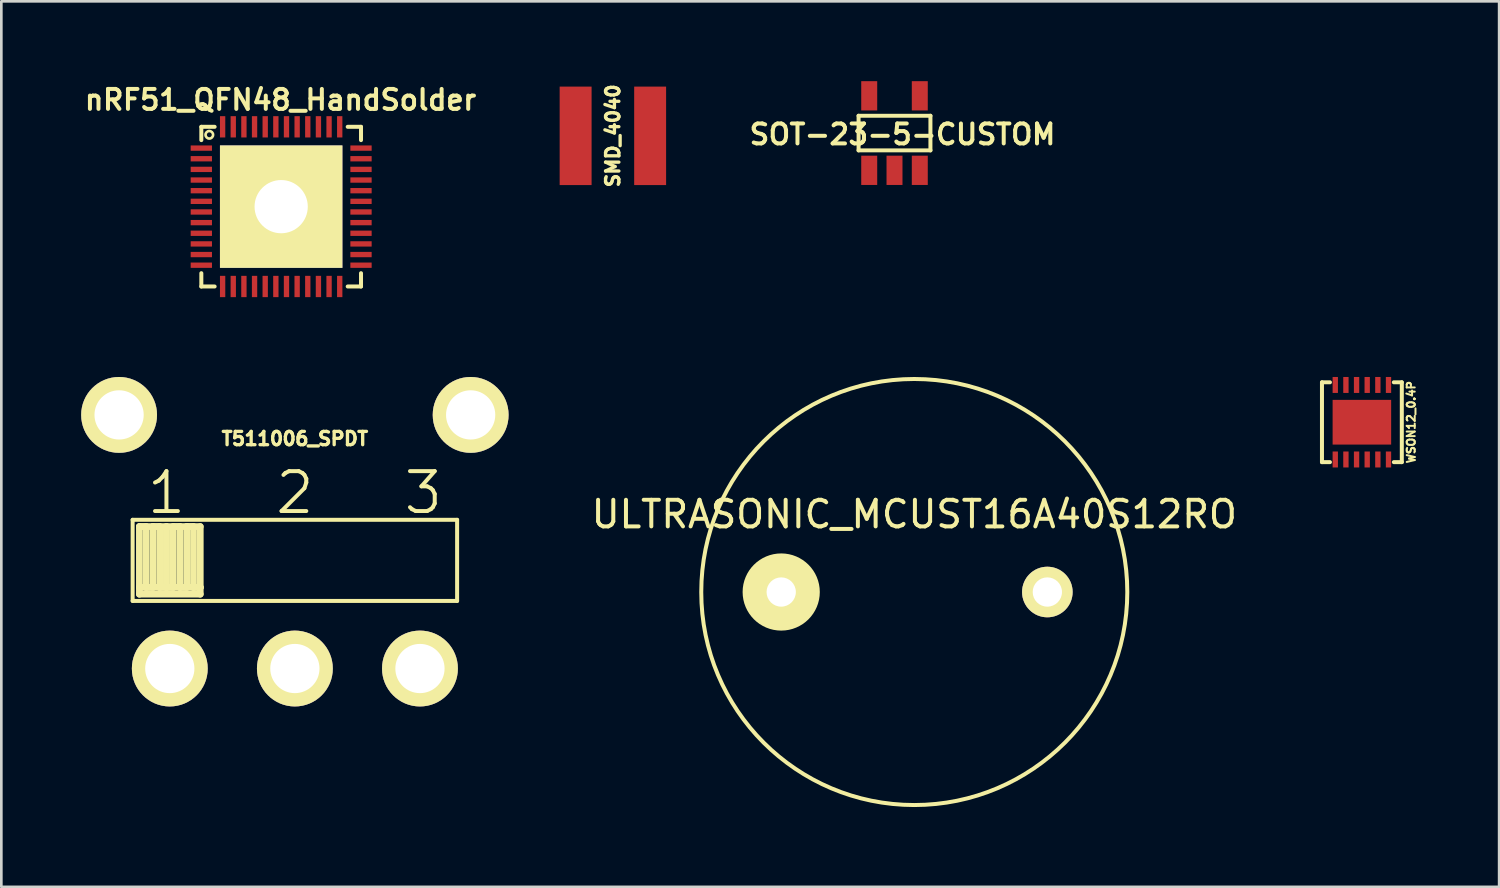
<source format=kicad_pcb>
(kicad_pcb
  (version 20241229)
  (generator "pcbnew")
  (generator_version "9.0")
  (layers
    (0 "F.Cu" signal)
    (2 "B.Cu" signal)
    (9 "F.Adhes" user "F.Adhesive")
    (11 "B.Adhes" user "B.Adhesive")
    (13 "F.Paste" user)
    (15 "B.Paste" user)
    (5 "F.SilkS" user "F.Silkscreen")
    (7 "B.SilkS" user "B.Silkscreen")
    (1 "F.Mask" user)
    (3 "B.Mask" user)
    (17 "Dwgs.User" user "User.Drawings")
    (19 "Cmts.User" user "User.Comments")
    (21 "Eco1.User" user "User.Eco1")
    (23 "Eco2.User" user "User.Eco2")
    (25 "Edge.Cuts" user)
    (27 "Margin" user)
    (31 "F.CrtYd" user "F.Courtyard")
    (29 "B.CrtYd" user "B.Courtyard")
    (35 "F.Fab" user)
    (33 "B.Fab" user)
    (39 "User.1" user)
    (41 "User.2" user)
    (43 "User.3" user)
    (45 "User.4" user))
  (footprint "SMD_4040"
    (layer "F.Cu")
    (at 19.979 2.054)
    (property "Reference" "SMD_4040" (at 0 0 90) (layer "F.SilkS") (effects (font (size 0.5 0.5) (thickness 0.125))))
    (attr through_hole)
    (pad "1" smd rect (at -1.4 0) (size 1.2 3.7) (layers "F.Cu" "F.Mask" "F.Paste"))
    (pad "2" smd rect (at 1.4 0) (size 1.2 3.7) (layers "F.Cu" "F.Mask" "F.Paste")))
  (footprint "nRF51_QFN48_HandSolder"
    (layer "F.Cu")
    (at 7.515 4.715)
    (property "Reference" "nRF51_QFN48_HandSolder" (at -0.025 -4.013 0) (layer "F.SilkS") (effects (font (size 0.75 0.75) (thickness 0.15))))
    (attr through_hole)
    (fp_line (start -3 -3) (end -3 -2.5) (stroke (width 0.15) (type solid)) (layer "F.SilkS"))
    (fp_line (start -3 -3) (end -2.5 -3) (stroke (width 0.15) (type solid)) (layer "F.SilkS"))
    (fp_line (start -3 3) (end -3 2.5) (stroke (width 0.15) (type solid)) (layer "F.SilkS"))
    (fp_line (start -3 3) (end -2.5 3) (stroke (width 0.15) (type solid)) (layer "F.SilkS"))
    (fp_line (start 3 -3) (end 2.5 -3) (stroke (width 0.15) (type solid)) (layer "F.SilkS"))
    (fp_line (start 3 -3) (end 3 -2.5) (stroke (width 0.15) (type solid)) (layer "F.SilkS"))
    (fp_line (start 3 3) (end 2.5 3) (stroke (width 0.15) (type solid)) (layer "F.SilkS"))
    (fp_line (start 3 3) (end 3 2.5) (stroke (width 0.15) (type solid)) (layer "F.SilkS"))
    (fp_circle (center -2.7 -2.7) (end -2.6 -2.6) (stroke (width 0.1) (type solid)) (fill no) (layer "F.SilkS"))
    (pad "" thru_hole rect (at 0 0) (size 4.6 4.6) (drill 2) (layers "*.Cu" "*.Mask" "F.SilkS"))
    (pad "1" smd rect (at -3.2 -2.2 270) (size 0.2 0.8) (drill (offset 0 -0.2)) (layers "F.Cu" "F.Mask" "F.Paste"))
    (pad "2" smd rect (at -3.2 -1.8 270) (size 0.2 0.8) (drill (offset 0 -0.2)) (layers "F.Cu" "F.Mask" "F.Paste"))
    (pad "3" smd rect (at -3.2 -1.4 270) (size 0.2 0.8) (drill (offset 0 -0.2)) (layers "F.Cu" "F.Mask" "F.Paste"))
    (pad "4" smd rect (at -3.2 -1 270) (size 0.2 0.8) (drill (offset 0 -0.2)) (layers "F.Cu" "F.Mask" "F.Paste"))
    (pad "5" smd rect (at -3.2 -0.6 270) (size 0.2 0.8) (drill (offset 0 -0.2)) (layers "F.Cu" "F.Mask" "F.Paste"))
    (pad "6" smd rect (at -3.2 -0.2 270) (size 0.2 0.8) (drill (offset 0 -0.2)) (layers "F.Cu" "F.Mask" "F.Paste"))
    (pad "7" smd rect (at -3.2 0.2 270) (size 0.2 0.8) (drill (offset 0 -0.2)) (layers "F.Cu" "F.Mask" "F.Paste"))
    (pad "8" smd rect (at -3.2 0.6 270) (size 0.2 0.8) (drill (offset 0 -0.2)) (layers "F.Cu" "F.Mask" "F.Paste"))
    (pad "9" smd rect (at -3.2 1 270) (size 0.2 0.8) (drill (offset 0 -0.2)) (layers "F.Cu" "F.Mask" "F.Paste"))
    (pad "10" smd rect (at -3.2 1.4 270) (size 0.2 0.8) (drill (offset 0 -0.2)) (layers "F.Cu" "F.Mask" "F.Paste"))
    (pad "11" smd rect (at -3.2 1.8 270) (size 0.2 0.8) (drill (offset 0 -0.2)) (layers "F.Cu" "F.Mask" "F.Paste"))
    (pad "12" smd rect (at -3.2 2.2 270) (size 0.2 0.8) (drill (offset 0 -0.2)) (layers "F.Cu" "F.Mask" "F.Paste"))
    (pad "13" smd rect (at -2.2 3.2) (size 0.2 0.8) (drill (offset 0 -0.2)) (layers "F.Cu" "F.Mask" "F.Paste"))
    (pad "14" smd rect (at -1.8 3.2) (size 0.2 0.8) (drill (offset 0 -0.2)) (layers "F.Cu" "F.Mask" "F.Paste"))
    (pad "15" smd rect (at -1.4 3.2) (size 0.2 0.8) (drill (offset 0 -0.2)) (layers "F.Cu" "F.Mask" "F.Paste"))
    (pad "16" smd rect (at -1 3.2) (size 0.2 0.8) (drill (offset 0 -0.2)) (layers "F.Cu" "F.Mask" "F.Paste"))
    (pad "17" smd rect (at -0.6 3.2) (size 0.2 0.8) (drill (offset 0 -0.2)) (layers "F.Cu" "F.Mask" "F.Paste"))
    (pad "18" smd rect (at -0.2 3.2) (size 0.2 0.8) (drill (offset 0 -0.2)) (layers "F.Cu" "F.Mask" "F.Paste"))
    (pad "19" smd rect (at 0.2 3.2) (size 0.2 0.8) (drill (offset 0 -0.2)) (layers "F.Cu" "F.Mask" "F.Paste"))
    (pad "20" smd rect (at 0.6 3.2) (size 0.2 0.8) (drill (offset 0 -0.2)) (layers "F.Cu" "F.Mask" "F.Paste"))
    (pad "21" smd rect (at 1 3.2) (size 0.2 0.8) (drill (offset 0 -0.2)) (layers "F.Cu" "F.Mask" "F.Paste"))
    (pad "22" smd rect (at 1.4 3.2) (size 0.2 0.8) (drill (offset 0 -0.2)) (layers "F.Cu" "F.Mask" "F.Paste"))
    (pad "23" smd rect (at 1.8 3.2) (size 0.2 0.8) (drill (offset 0 -0.2)) (layers "F.Cu" "F.Mask" "F.Paste"))
    (pad "24" smd rect (at 2.2 3.2) (size 0.2 0.8) (drill (offset 0 -0.2)) (layers "F.Cu" "F.Mask" "F.Paste"))
    (pad "25" smd rect (at 3.2 2.2 90) (size 0.2 0.8) (drill (offset 0 -0.2)) (layers "F.Cu" "F.Mask" "F.Paste"))
    (pad "26" smd rect (at 3.2 1.8 90) (size 0.2 0.8) (drill (offset 0 -0.2)) (layers "F.Cu" "F.Mask" "F.Paste"))
    (pad "27" smd rect (at 3.2 1.4 90) (size 0.2 0.8) (drill (offset 0 -0.2)) (layers "F.Cu" "F.Mask" "F.Paste"))
    (pad "28" smd rect (at 3.2 1 90) (size 0.2 0.8) (drill (offset 0 -0.2)) (layers "F.Cu" "F.Mask" "F.Paste"))
    (pad "29" smd rect (at 3.2 0.6 90) (size 0.2 0.8) (drill (offset 0 -0.2)) (layers "F.Cu" "F.Mask" "F.Paste"))
    (pad "30" smd rect (at 3.2 0.2 90) (size 0.2 0.8) (drill (offset 0 -0.2)) (layers "F.Cu" "F.Mask" "F.Paste"))
    (pad "31" smd rect (at 3.2 -0.2 90) (size 0.2 0.8) (drill (offset 0 -0.2)) (layers "F.Cu" "F.Mask" "F.Paste"))
    (pad "32" smd rect (at 3.2 -0.6 90) (size 0.2 0.8) (drill (offset 0 -0.2)) (layers "F.Cu" "F.Mask" "F.Paste"))
    (pad "33" smd rect (at 3.2 -1 90) (size 0.2 0.8) (drill (offset 0 -0.2)) (layers "F.Cu" "F.Mask" "F.Paste"))
    (pad "34" smd rect (at 3.2 -1.4 90) (size 0.2 0.8) (drill (offset 0 -0.2)) (layers "F.Cu" "F.Mask" "F.Paste"))
    (pad "35" smd rect (at 3.2 -1.8 90) (size 0.2 0.8) (drill (offset 0 -0.2)) (layers "F.Cu" "F.Mask" "F.Paste"))
    (pad "36" smd rect (at 3.2 -2.2 90) (size 0.2 0.8) (drill (offset 0 -0.2)) (layers "F.Cu" "F.Mask" "F.Paste"))
    (pad "37" smd rect (at 2.2 -2.8) (size 0.2 0.8) (drill (offset 0 -0.2)) (layers "F.Cu" "F.Mask" "F.Paste"))
    (pad "38" smd rect (at 1.8 -2.8) (size 0.2 0.8) (drill (offset 0 -0.2)) (layers "F.Cu" "F.Mask" "F.Paste"))
    (pad "39" smd rect (at 1.4 -2.8) (size 0.2 0.8) (drill (offset 0 -0.2)) (layers "F.Cu" "F.Mask" "F.Paste"))
    (pad "40" smd rect (at 1 -2.8) (size 0.2 0.8) (drill (offset 0 -0.2)) (layers "F.Cu" "F.Mask" "F.Paste"))
    (pad "41" smd rect (at 0.6 -2.8) (size 0.2 0.8) (drill (offset 0 -0.2)) (layers "F.Cu" "F.Mask" "F.Paste"))
    (pad "42" smd rect (at 0.2 -2.8) (size 0.2 0.8) (drill (offset 0 -0.2)) (layers "F.Cu" "F.Mask" "F.Paste"))
    (pad "43" smd rect (at -0.2 -2.8) (size 0.2 0.8) (drill (offset 0 -0.2)) (layers "F.Cu" "F.Mask" "F.Paste"))
    (pad "44" smd rect (at -0.6 -2.8) (size 0.2 0.8) (drill (offset 0 -0.2)) (layers "F.Cu" "F.Mask" "F.Paste"))
    (pad "45" smd rect (at -1 -2.8) (size 0.2 0.8) (drill (offset 0 -0.2)) (layers "F.Cu" "F.Mask" "F.Paste"))
    (pad "46" smd rect (at -1.4 -2.8) (size 0.2 0.8) (drill (offset 0 -0.2)) (layers "F.Cu" "F.Mask" "F.Paste"))
    (pad "47" smd rect (at -1.8 -2.8) (size 0.2 0.8) (drill (offset 0 -0.2)) (layers "F.Cu" "F.Mask" "F.Paste"))
    (pad "48" smd rect (at -2.2 -2.8) (size 0.2 0.8) (drill (offset 0 -0.2)) (layers "F.Cu" "F.Mask" "F.Paste")))
  (footprint "SOT-23-5-CUSTOM"
    (layer "F.Cu")
    (at 30.561 3.35)
    (property "Reference" "SOT-23-5-CUSTOM" (at 0.3 -1.35 0) (layer "F.SilkS") (effects (font (size 0.75 0.75) (thickness 0.15))))
    (attr through_hole)
    (fp_line (start -1.35 -2.05) (end 1.35 -2.05) (stroke (width 0.15) (type solid)) (layer "F.SilkS"))
    (fp_line (start -1.35 -0.75) (end -1.35 -2.05) (stroke (width 0.15) (type solid)) (layer "F.SilkS"))
    (fp_line (start 1.35 -2.05) (end 1.35 -0.75) (stroke (width 0.15) (type solid)) (layer "F.SilkS"))
    (fp_line (start 1.35 -0.75) (end -1.35 -0.75) (stroke (width 0.15) (type solid)) (layer "F.SilkS"))
    (pad "1" smd rect (at -0.95 0) (size 0.6 1.1) (layers "F.Cu" "F.Mask" "F.Paste"))
    (pad "2" smd rect (at 0 0) (size 0.6 1.1) (layers "F.Cu" "F.Mask" "F.Paste"))
    (pad "3" smd rect (at 0.95 0) (size 0.6 1.1) (layers "F.Cu" "F.Mask" "F.Paste"))
    (pad "4" smd rect (at 0.95 -2.8) (size 0.6 1.1) (layers "F.Cu" "F.Mask" "F.Paste"))
    (pad "5" smd rect (at -0.95 -2.8) (size 0.6 1.1) (layers "F.Cu" "F.Mask" "F.Paste")))
  (footprint "T511006_SPDT"
    (layer "F.Cu")
    (at 8.03 22.07)
    (property "Reference" "T511006_SPDT" (at 0 -8.636 0) (layer "F.SilkS") (effects (font (size 0.5 0.5) (thickness 0.125))))
    (attr through_hole)
    (fp_line (start -6.096 -5.588) (end -6.096 -2.54) (stroke (width 0.15) (type solid)) (layer "F.SilkS"))
    (fp_line (start -6.096 -2.54) (end 6.096 -2.54) (stroke (width 0.15) (type solid)) (layer "F.SilkS"))
    (fp_line (start -5.842 -5.334) (end -5.842 -3.048) (stroke (width 0.254) (type solid)) (layer "F.SilkS"))
    (fp_line (start -5.842 -5.334) (end -5.334 -5.334) (stroke (width 0.254) (type solid)) (layer "F.SilkS"))
    (fp_line (start -5.842 -3.048) (end -5.588 -3.048) (stroke (width 0.254) (type solid)) (layer "F.SilkS"))
    (fp_line (start -5.842 -2.794) (end -5.842 -3.048) (stroke (width 0.254) (type solid)) (layer "F.SilkS"))
    (fp_line (start -5.588 -5.334) (end -5.842 -5.334) (stroke (width 0.254) (type solid)) (layer "F.SilkS"))
    (fp_line (start -5.588 -3.048) (end -5.588 -5.334) (stroke (width 0.254) (type solid)) (layer "F.SilkS"))
    (fp_line (start -5.588 -3.048) (end -5.08 -3.048) (stroke (width 0.254) (type solid)) (layer "F.SilkS"))
    (fp_line (start -5.334 -5.334) (end -5.334 -3.048) (stroke (width 0.254) (type solid)) (layer "F.SilkS"))
    (fp_line (start -5.334 -5.334) (end -4.826 -5.334) (stroke (width 0.254) (type solid)) (layer "F.SilkS"))
    (fp_line (start -5.334 -3.048) (end -5.588 -3.048) (stroke (width 0.254) (type solid)) (layer "F.SilkS"))
    (fp_line (start -5.08 -5.334) (end -5.334 -5.334) (stroke (width 0.254) (type solid)) (layer "F.SilkS"))
    (fp_line (start -5.08 -3.048) (end -5.08 -5.334) (stroke (width 0.254) (type solid)) (layer "F.SilkS"))
    (fp_line (start -5.08 -3.048) (end -4.318 -3.048) (stroke (width 0.254) (type solid)) (layer "F.SilkS"))
    (fp_line (start -4.826 -5.334) (end -4.826 -3.048) (stroke (width 0.254) (type solid)) (layer "F.SilkS"))
    (fp_line (start -4.826 -5.334) (end -4.826 -3.048) (stroke (width 0.254) (type solid)) (layer "F.SilkS"))
    (fp_line (start -4.826 -3.048) (end -5.08 -3.048) (stroke (width 0.254) (type solid)) (layer "F.SilkS"))
    (fp_line (start -4.826 -3.048) (end -4.572 -3.048) (stroke (width 0.254) (type solid)) (layer "F.SilkS"))
    (fp_line (start -4.572 -5.334) (end -4.318 -5.334) (stroke (width 0.254) (type solid)) (layer "F.SilkS"))
    (fp_line (start -4.572 -3.048) (end -4.572 -5.334) (stroke (width 0.254) (type solid)) (layer "F.SilkS"))
    (fp_line (start -4.318 -5.334) (end -4.318 -3.048) (stroke (width 0.254) (type solid)) (layer "F.SilkS"))
    (fp_line (start -4.318 -3.048) (end -4.064 -3.048) (stroke (width 0.254) (type solid)) (layer "F.SilkS"))
    (fp_line (start -4.318 -3.048) (end -3.81 -3.048) (stroke (width 0.254) (type solid)) (layer "F.SilkS"))
    (fp_line (start -4.064 -5.334) (end -4.826 -5.334) (stroke (width 0.254) (type solid)) (layer "F.SilkS"))
    (fp_line (start -4.064 -5.334) (end -3.556 -5.334) (stroke (width 0.254) (type solid)) (layer "F.SilkS"))
    (fp_line (start -4.064 -3.048) (end -4.064 -5.334) (stroke (width 0.254) (type solid)) (layer "F.SilkS"))
    (fp_line (start -3.81 -5.334) (end -4.064 -5.334) (stroke (width 0.254) (type solid)) (layer "F.SilkS"))
    (fp_line (start -3.81 -3.048) (end -3.81 -5.334) (stroke (width 0.254) (type solid)) (layer "F.SilkS"))
    (fp_line (start -3.81 -3.048) (end -3.556 -3.048) (stroke (width 0.254) (type solid)) (layer "F.SilkS"))
    (fp_line (start -3.556 -5.334) (end -3.556 -3.048) (stroke (width 0.254) (type solid)) (layer "F.SilkS"))
    (fp_line (start -3.556 -3.048) (end -3.81 -3.048) (stroke (width 0.254) (type solid)) (layer "F.SilkS"))
    (fp_line (start -3.556 -3.048) (end -3.556 -2.794) (stroke (width 0.254) (type solid)) (layer "F.SilkS"))
    (fp_line (start -3.556 -2.794) (end -5.842 -2.794) (stroke (width 0.254) (type solid)) (layer "F.SilkS"))
    (fp_line (start 6.096 -5.588) (end -6.096 -5.588) (stroke (width 0.15) (type solid)) (layer "F.SilkS"))
    (fp_line (start 6.096 -2.54) (end 6.096 -5.588) (stroke (width 0.15) (type solid)) (layer "F.SilkS"))
    (fp_text user "2" (at 0 -6.604 0) (layer "F.SilkS") (effects (font (size 1.5 1.5) (thickness 0.15))))
    (fp_text user "3" (at 4.826 -6.604 0) (layer "F.SilkS") (effects (font (size 1.5 1.5) (thickness 0.15))))
    (fp_text user "1" (at -4.826 -6.604 0) (layer "F.SilkS") (effects (font (size 1.5 1.5) (thickness 0.15))))
    (pad "1" thru_hole circle (at -4.7 0) (size 2.85 2.85) (drill 1.85) (layers "*.Cu" "*.Mask" "F.SilkS"))
    (pad "2" thru_hole circle (at 0 0) (size 2.85 2.85) (drill 1.85) (layers "*.Cu" "*.Mask" "F.SilkS"))
    (pad "3" thru_hole circle (at 4.7 0) (size 2.85 2.85) (drill 1.85) (layers "*.Cu" "*.Mask" "F.SilkS"))
    (pad "~" thru_hole circle (at -6.605 -9.53) (size 2.85 2.85) (drill 1.85) (layers "*.Cu" "*.Mask" "F.SilkS"))
    (pad "~" thru_hole circle (at 6.605 -9.53) (size 2.85 2.85) (drill 1.85) (layers "*.Cu" "*.Mask" "F.SilkS")))
  (footprint "WSON12_0.4P"
    (layer "F.Cu")
    (at 48.123 12.815)
    (property "Reference" "WSON12_0.4P" (at 1.85 0 90) (layer "F.SilkS") (effects (font (size 0.3 0.3) (thickness 0.075))))
    (attr through_hole)
    (fp_line (start -1.5 -1.5) (end -1.5 1.5) (stroke (width 0.15) (type solid)) (layer "F.SilkS"))
    (fp_line (start -1.5 -1.5) (end -1.2 -1.5) (stroke (width 0.15) (type solid)) (layer "F.SilkS"))
    (fp_line (start -1.5 1.5) (end -1.2 1.5) (stroke (width 0.15) (type solid)) (layer "F.SilkS"))
    (fp_line (start 1.2 -1.5) (end 1.5 -1.5) (stroke (width 0.15) (type solid)) (layer "F.SilkS"))
    (fp_line (start 1.5 -1.5) (end 1.5 1.5) (stroke (width 0.15) (type solid)) (layer "F.SilkS"))
    (fp_line (start 1.5 1.5) (end 1.2 1.5) (stroke (width 0.15) (type solid)) (layer "F.SilkS"))
    (pad "1" smd rect (at 1 -1.4) (size 0.2 0.6) (layers "F.Cu" "F.Mask" "F.Paste"))
    (pad "2" smd rect (at 0.6 -1.4) (size 0.2 0.6) (layers "F.Cu" "F.Mask" "F.Paste"))
    (pad "3" smd rect (at 0.2 -1.4) (size 0.2 0.6) (layers "F.Cu" "F.Mask" "F.Paste"))
    (pad "4" smd rect (at -0.2 -1.4) (size 0.2 0.6) (layers "F.Cu" "F.Mask" "F.Paste"))
    (pad "5" smd rect (at -0.6 -1.4) (size 0.2 0.6) (layers "F.Cu" "F.Mask" "F.Paste"))
    (pad "6" smd rect (at -1 -1.4) (size 0.2 0.6) (layers "F.Cu" "F.Mask" "F.Paste"))
    (pad "7" smd rect (at -1 1.4) (size 0.2 0.6) (layers "F.Cu" "F.Mask" "F.Paste"))
    (pad "8" smd rect (at -0.6 1.4) (size 0.2 0.6) (layers "F.Cu" "F.Mask" "F.Paste"))
    (pad "9" smd rect (at -0.2 1.4) (size 0.2 0.6) (layers "F.Cu" "F.Mask" "F.Paste"))
    (pad "10" smd rect (at 0.2 1.4) (size 0.2 0.6) (layers "F.Cu" "F.Mask" "F.Paste"))
    (pad "11" smd rect (at 0.6 1.4) (size 0.2 0.6) (layers "F.Cu" "F.Mask" "F.Paste"))
    (pad "12" smd rect (at 1 1.4) (size 0.2 0.6) (layers "F.Cu" "F.Mask" "F.Paste"))
    (pad "~" smd rect (at 0 0) (size 2.2 1.68) (layers "F.Cu" "F.Mask" "F.Paste")))
  (footprint "ULTRASONIC_MCUST16A40S12RO"
    (layer "F.Cu")
    (at 31.304 19.195)
    (property "Reference" "ULTRASONIC_MCUST16A40S12RO" (at 0 -2.921 0) (layer "F.SilkS") (effects (font (size 1 1) (thickness 0.15))))
    (attr through_hole)
    (fp_circle (center -5 0) (end -5 1.1) (stroke (width 0.7) (type solid)) (fill no) (layer "F.SilkS"))
    (fp_circle (center 0 0) (end 5.66 5.66) (stroke (width 0.15) (type solid)) (fill no) (layer "F.SilkS"))
    (pad "1" thru_hole circle (at -5 0) (size 1.9 1.9) (drill 1.1) (layers "*.Cu" "*.Mask" "F.SilkS"))
    (pad "2" thru_hole circle (at 5 0) (size 1.9 1.9) (drill 1.1) (layers "*.Cu" "*.Mask" "F.SilkS")))
  (gr_rect
    (start -3 -3)
    (end 53.28 30.274)
    (stroke (width 0.1) (type default))
    (fill no)
    (layer "Edge.Cuts")))
</source>
